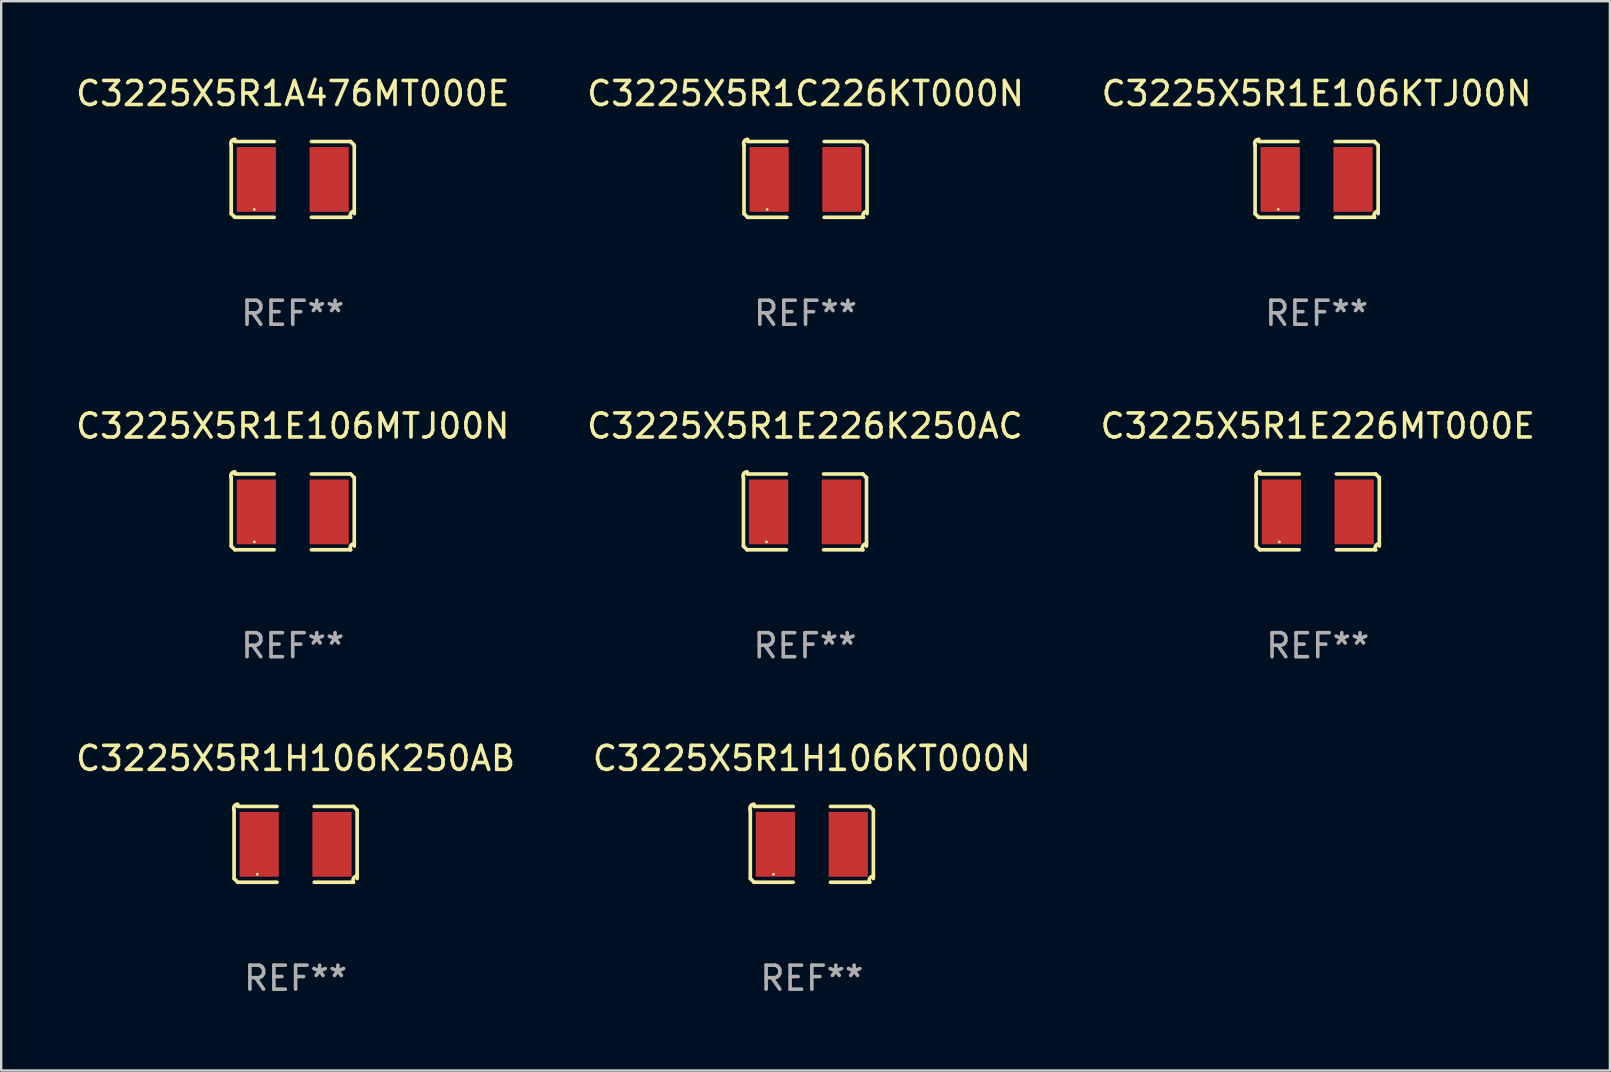
<source format=kicad_pcb>
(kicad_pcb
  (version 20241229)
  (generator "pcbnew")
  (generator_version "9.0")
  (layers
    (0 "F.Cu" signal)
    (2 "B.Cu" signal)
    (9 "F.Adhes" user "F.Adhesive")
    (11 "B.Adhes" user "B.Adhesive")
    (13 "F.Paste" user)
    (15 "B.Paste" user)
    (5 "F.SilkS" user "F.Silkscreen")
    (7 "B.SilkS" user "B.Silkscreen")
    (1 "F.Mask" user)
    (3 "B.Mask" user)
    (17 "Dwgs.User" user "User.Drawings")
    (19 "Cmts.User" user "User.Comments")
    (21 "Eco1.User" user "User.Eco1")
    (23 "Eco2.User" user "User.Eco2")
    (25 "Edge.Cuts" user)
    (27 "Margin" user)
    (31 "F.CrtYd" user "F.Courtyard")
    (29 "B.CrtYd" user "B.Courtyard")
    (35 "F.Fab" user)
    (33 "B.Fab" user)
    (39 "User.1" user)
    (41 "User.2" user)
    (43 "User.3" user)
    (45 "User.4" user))
  (footprint "C3225X5R1E106MTJ00N"
    (layer "F.Cu")
    (at 9.149 18.281)
    (property "Reference" "C3225X5R1E106MTJ00N" (at 0 -3.579 0) (layer "F.SilkS") (effects (font (size 1 1) (thickness 0.15))))
    (attr through_hole)
    (fp_line (start -2.564 1.426) (end -2.564 -1.426) (stroke (width 0.152) (type solid)) (layer "F.SilkS"))
    (fp_line (start -2.411 -1.579) (end -0.776 -1.579) (stroke (width 0.152) (type solid)) (layer "F.SilkS"))
    (fp_line (start -0.776 1.579) (end -2.411 1.579) (stroke (width 0.152) (type solid)) (layer "F.SilkS"))
    (fp_line (start 0.776 1.579) (end 2.411 1.579) (stroke (width 0.152) (type solid)) (layer "F.SilkS"))
    (fp_line (start 2.411 -1.579) (end 0.776 -1.579) (stroke (width 0.152) (type solid)) (layer "F.SilkS"))
    (fp_line (start 2.564 1.426) (end 2.564 -1.426) (stroke (width 0.152) (type solid)) (layer "F.SilkS"))
    (fp_arc (start -2.563602 -1.426213) (mid -2.555597 -1.591233) (end -2.411201 -1.671518) (stroke (width 0.1524) (type solid)) (layer "F.SilkS"))
    (fp_arc (start -2.5636 1.426214) (mid -2.487389 1.502402) (end -2.411201 1.578613) (stroke (width 0.1524) (type solid)) (layer "F.SilkS"))
    (fp_arc (start 2.411197 -1.578618) (mid 2.487403 -1.502419) (end 2.563602 -1.426213) (stroke (width 0.1524) (type solid)) (layer "F.SilkS"))
    (fp_arc (start 2.411201 1.578613) (mid 2.416214 1.409455) (end 2.563602 1.32629) (stroke (width 0.1524) (type solid)) (layer "F.SilkS"))
    (fp_circle (center -1.6 1.25) (end -1.57 1.25) (stroke (width 0.06) (type solid)) (fill no) (layer "F.SilkS"))
    (fp_text user "REF**" (at 0 5.579 0) (layer "F.Fab") (effects (font (size 1 1) (thickness 0.15))))
    (pad "1" smd rect (at -1.517 0) (size 1.635 2.7) (layers "F.Cu" "F.Mask" "F.Paste"))
    (pad "2" smd rect (at 1.517 0) (size 1.635 2.7) (layers "F.Cu" "F.Mask" "F.Paste")))
  (footprint "C3225X5R1E226MT000E"
    (layer "F.Cu")
    (at 51.863 18.281)
    (property "Reference" "C3225X5R1E226MT000E" (at 0 -3.579 0) (layer "F.SilkS") (effects (font (size 1 1) (thickness 0.15))))
    (attr through_hole)
    (fp_line (start -2.564 1.426) (end -2.564 -1.426) (stroke (width 0.152) (type solid)) (layer "F.SilkS"))
    (fp_line (start -2.411 -1.579) (end -0.776 -1.579) (stroke (width 0.152) (type solid)) (layer "F.SilkS"))
    (fp_line (start -0.776 1.579) (end -2.411 1.579) (stroke (width 0.152) (type solid)) (layer "F.SilkS"))
    (fp_line (start 0.776 1.579) (end 2.411 1.579) (stroke (width 0.152) (type solid)) (layer "F.SilkS"))
    (fp_line (start 2.411 -1.579) (end 0.776 -1.579) (stroke (width 0.152) (type solid)) (layer "F.SilkS"))
    (fp_line (start 2.564 1.426) (end 2.564 -1.426) (stroke (width 0.152) (type solid)) (layer "F.SilkS"))
    (fp_arc (start -2.563602 -1.426213) (mid -2.555597 -1.591233) (end -2.411201 -1.671518) (stroke (width 0.1524) (type solid)) (layer "F.SilkS"))
    (fp_arc (start -2.5636 1.426214) (mid -2.487389 1.502402) (end -2.411201 1.578613) (stroke (width 0.1524) (type solid)) (layer "F.SilkS"))
    (fp_arc (start 2.411197 -1.578618) (mid 2.487403 -1.502419) (end 2.563602 -1.426213) (stroke (width 0.1524) (type solid)) (layer "F.SilkS"))
    (fp_arc (start 2.411201 1.578613) (mid 2.416214 1.409455) (end 2.563602 1.32629) (stroke (width 0.1524) (type solid)) (layer "F.SilkS"))
    (fp_circle (center -1.6 1.25) (end -1.57 1.25) (stroke (width 0.06) (type solid)) (fill no) (layer "F.SilkS"))
    (fp_text user "REF**" (at 0 5.579 0) (layer "F.Fab") (effects (font (size 1 1) (thickness 0.15))))
    (pad "1" smd rect (at -1.517 0) (size 1.635 2.7) (layers "F.Cu" "F.Mask" "F.Paste"))
    (pad "2" smd rect (at 1.517 0) (size 1.635 2.7) (layers "F.Cu" "F.Mask" "F.Paste")))
  (footprint "C3225X5R1H106KT000N"
    (layer "F.Cu")
    (at 30.78 32.134)
    (property "Reference" "C3225X5R1H106KT000N" (at 0 -3.579 0) (layer "F.SilkS") (effects (font (size 1 1) (thickness 0.15))))
    (attr through_hole)
    (fp_line (start -2.564 1.426) (end -2.564 -1.426) (stroke (width 0.152) (type solid)) (layer "F.SilkS"))
    (fp_line (start -2.411 -1.579) (end -0.776 -1.579) (stroke (width 0.152) (type solid)) (layer "F.SilkS"))
    (fp_line (start -0.776 1.579) (end -2.411 1.579) (stroke (width 0.152) (type solid)) (layer "F.SilkS"))
    (fp_line (start 0.776 1.579) (end 2.411 1.579) (stroke (width 0.152) (type solid)) (layer "F.SilkS"))
    (fp_line (start 2.411 -1.579) (end 0.776 -1.579) (stroke (width 0.152) (type solid)) (layer "F.SilkS"))
    (fp_line (start 2.564 1.426) (end 2.564 -1.426) (stroke (width 0.152) (type solid)) (layer "F.SilkS"))
    (fp_arc (start -2.563602 -1.426213) (mid -2.555597 -1.591233) (end -2.411201 -1.671518) (stroke (width 0.1524) (type solid)) (layer "F.SilkS"))
    (fp_arc (start -2.5636 1.426214) (mid -2.487389 1.502402) (end -2.411201 1.578613) (stroke (width 0.1524) (type solid)) (layer "F.SilkS"))
    (fp_arc (start 2.411197 -1.578618) (mid 2.487403 -1.502419) (end 2.563602 -1.426213) (stroke (width 0.1524) (type solid)) (layer "F.SilkS"))
    (fp_arc (start 2.411201 1.578613) (mid 2.416214 1.409455) (end 2.563602 1.32629) (stroke (width 0.1524) (type solid)) (layer "F.SilkS"))
    (fp_circle (center -1.6 1.25) (end -1.57 1.25) (stroke (width 0.06) (type solid)) (fill no) (layer "F.SilkS"))
    (fp_text user "REF**" (at 0 5.579 0) (layer "F.Fab") (effects (font (size 1 1) (thickness 0.15))))
    (pad "1" smd rect (at -1.517 0) (size 1.635 2.7) (layers "F.Cu" "F.Mask" "F.Paste"))
    (pad "2" smd rect (at 1.517 0) (size 1.635 2.7) (layers "F.Cu" "F.Mask" "F.Paste")))
  (footprint "C3225X5R1E106KTJ00N"
    (layer "F.Cu")
    (at 51.815 4.427)
    (property "Reference" "C3225X5R1E106KTJ00N" (at 0 -3.579 0) (layer "F.SilkS") (effects (font (size 1 1) (thickness 0.15))))
    (attr through_hole)
    (fp_line (start -2.564 1.426) (end -2.564 -1.426) (stroke (width 0.152) (type solid)) (layer "F.SilkS"))
    (fp_line (start -2.411 -1.579) (end -0.776 -1.579) (stroke (width 0.152) (type solid)) (layer "F.SilkS"))
    (fp_line (start -0.776 1.579) (end -2.411 1.579) (stroke (width 0.152) (type solid)) (layer "F.SilkS"))
    (fp_line (start 0.776 1.579) (end 2.411 1.579) (stroke (width 0.152) (type solid)) (layer "F.SilkS"))
    (fp_line (start 2.411 -1.579) (end 0.776 -1.579) (stroke (width 0.152) (type solid)) (layer "F.SilkS"))
    (fp_line (start 2.564 1.426) (end 2.564 -1.426) (stroke (width 0.152) (type solid)) (layer "F.SilkS"))
    (fp_arc (start -2.563602 -1.426213) (mid -2.555597 -1.591233) (end -2.411201 -1.671518) (stroke (width 0.1524) (type solid)) (layer "F.SilkS"))
    (fp_arc (start -2.5636 1.426214) (mid -2.487389 1.502402) (end -2.411201 1.578613) (stroke (width 0.1524) (type solid)) (layer "F.SilkS"))
    (fp_arc (start 2.411197 -1.578618) (mid 2.487403 -1.502419) (end 2.563602 -1.426213) (stroke (width 0.1524) (type solid)) (layer "F.SilkS"))
    (fp_arc (start 2.411201 1.578613) (mid 2.416214 1.409455) (end 2.563602 1.32629) (stroke (width 0.1524) (type solid)) (layer "F.SilkS"))
    (fp_circle (center -1.6 1.25) (end -1.57 1.25) (stroke (width 0.06) (type solid)) (fill no) (layer "F.SilkS"))
    (fp_text user "REF**" (at 0 5.579 0) (layer "F.Fab") (effects (font (size 1 1) (thickness 0.15))))
    (pad "1" smd rect (at -1.517 0) (size 1.635 2.7) (layers "F.Cu" "F.Mask" "F.Paste"))
    (pad "2" smd rect (at 1.517 0) (size 1.635 2.7) (layers "F.Cu" "F.Mask" "F.Paste")))
  (footprint "C3225X5R1C226KT000N"
    (layer "F.Cu")
    (at 30.518 4.427)
    (property "Reference" "C3225X5R1C226KT000N" (at 0 -3.579 0) (layer "F.SilkS") (effects (font (size 1 1) (thickness 0.15))))
    (attr through_hole)
    (fp_line (start -2.564 1.426) (end -2.564 -1.426) (stroke (width 0.152) (type solid)) (layer "F.SilkS"))
    (fp_line (start -2.411 -1.579) (end -0.776 -1.579) (stroke (width 0.152) (type solid)) (layer "F.SilkS"))
    (fp_line (start -0.776 1.579) (end -2.411 1.579) (stroke (width 0.152) (type solid)) (layer "F.SilkS"))
    (fp_line (start 0.776 1.579) (end 2.411 1.579) (stroke (width 0.152) (type solid)) (layer "F.SilkS"))
    (fp_line (start 2.411 -1.579) (end 0.776 -1.579) (stroke (width 0.152) (type solid)) (layer "F.SilkS"))
    (fp_line (start 2.564 1.426) (end 2.564 -1.426) (stroke (width 0.152) (type solid)) (layer "F.SilkS"))
    (fp_arc (start -2.563602 -1.426213) (mid -2.555597 -1.591233) (end -2.411201 -1.671518) (stroke (width 0.1524) (type solid)) (layer "F.SilkS"))
    (fp_arc (start -2.5636 1.426214) (mid -2.487389 1.502402) (end -2.411201 1.578613) (stroke (width 0.1524) (type solid)) (layer "F.SilkS"))
    (fp_arc (start 2.411197 -1.578618) (mid 2.487403 -1.502419) (end 2.563602 -1.426213) (stroke (width 0.1524) (type solid)) (layer "F.SilkS"))
    (fp_arc (start 2.411201 1.578613) (mid 2.416214 1.409455) (end 2.563602 1.32629) (stroke (width 0.1524) (type solid)) (layer "F.SilkS"))
    (fp_circle (center -1.6 1.25) (end -1.57 1.25) (stroke (width 0.06) (type solid)) (fill no) (layer "F.SilkS"))
    (fp_text user "REF**" (at 0 5.579 0) (layer "F.Fab") (effects (font (size 1 1) (thickness 0.15))))
    (pad "1" smd rect (at -1.517 0) (size 1.635 2.7) (layers "F.Cu" "F.Mask" "F.Paste"))
    (pad "2" smd rect (at 1.517 0) (size 1.635 2.7) (layers "F.Cu" "F.Mask" "F.Paste")))
  (footprint "C3225X5R1E226K250AC"
    (layer "F.Cu")
    (at 30.494 18.281)
    (property "Reference" "C3225X5R1E226K250AC" (at 0 -3.579 0) (layer "F.SilkS") (effects (font (size 1 1) (thickness 0.15))))
    (attr through_hole)
    (fp_line (start -2.564 1.426) (end -2.564 -1.426) (stroke (width 0.152) (type solid)) (layer "F.SilkS"))
    (fp_line (start -2.411 -1.579) (end -0.776 -1.579) (stroke (width 0.152) (type solid)) (layer "F.SilkS"))
    (fp_line (start -0.776 1.579) (end -2.411 1.579) (stroke (width 0.152) (type solid)) (layer "F.SilkS"))
    (fp_line (start 0.776 1.579) (end 2.411 1.579) (stroke (width 0.152) (type solid)) (layer "F.SilkS"))
    (fp_line (start 2.411 -1.579) (end 0.776 -1.579) (stroke (width 0.152) (type solid)) (layer "F.SilkS"))
    (fp_line (start 2.564 1.426) (end 2.564 -1.426) (stroke (width 0.152) (type solid)) (layer "F.SilkS"))
    (fp_arc (start -2.563602 -1.426213) (mid -2.555597 -1.591233) (end -2.411201 -1.671518) (stroke (width 0.1524) (type solid)) (layer "F.SilkS"))
    (fp_arc (start -2.5636 1.426214) (mid -2.487389 1.502402) (end -2.411201 1.578613) (stroke (width 0.1524) (type solid)) (layer "F.SilkS"))
    (fp_arc (start 2.411197 -1.578618) (mid 2.487403 -1.502419) (end 2.563602 -1.426213) (stroke (width 0.1524) (type solid)) (layer "F.SilkS"))
    (fp_arc (start 2.411201 1.578613) (mid 2.416214 1.409455) (end 2.563602 1.32629) (stroke (width 0.1524) (type solid)) (layer "F.SilkS"))
    (fp_circle (center -1.6 1.25) (end -1.57 1.25) (stroke (width 0.06) (type solid)) (fill no) (layer "F.SilkS"))
    (fp_text user "REF**" (at 0 5.579 0) (layer "F.Fab") (effects (font (size 1 1) (thickness 0.15))))
    (pad "1" smd rect (at -1.517 0) (size 1.635 2.7) (layers "F.Cu" "F.Mask" "F.Paste"))
    (pad "2" smd rect (at 1.517 0) (size 1.635 2.7) (layers "F.Cu" "F.Mask" "F.Paste")))
  (footprint "C3225X5R1A476MT000E"
    (layer "F.Cu")
    (at 9.149 4.427)
    (property "Reference" "C3225X5R1A476MT000E" (at 0 -3.579 0) (layer "F.SilkS") (effects (font (size 1 1) (thickness 0.15))))
    (attr through_hole)
    (fp_line (start -2.564 1.426) (end -2.564 -1.426) (stroke (width 0.152) (type solid)) (layer "F.SilkS"))
    (fp_line (start -2.411 -1.579) (end -0.776 -1.579) (stroke (width 0.152) (type solid)) (layer "F.SilkS"))
    (fp_line (start -0.776 1.579) (end -2.411 1.579) (stroke (width 0.152) (type solid)) (layer "F.SilkS"))
    (fp_line (start 0.776 1.579) (end 2.411 1.579) (stroke (width 0.152) (type solid)) (layer "F.SilkS"))
    (fp_line (start 2.411 -1.579) (end 0.776 -1.579) (stroke (width 0.152) (type solid)) (layer "F.SilkS"))
    (fp_line (start 2.564 1.426) (end 2.564 -1.426) (stroke (width 0.152) (type solid)) (layer "F.SilkS"))
    (fp_arc (start -2.563602 -1.426213) (mid -2.555597 -1.591233) (end -2.411201 -1.671518) (stroke (width 0.1524) (type solid)) (layer "F.SilkS"))
    (fp_arc (start -2.5636 1.426214) (mid -2.487389 1.502402) (end -2.411201 1.578613) (stroke (width 0.1524) (type solid)) (layer "F.SilkS"))
    (fp_arc (start 2.411197 -1.578618) (mid 2.487403 -1.502419) (end 2.563602 -1.426213) (stroke (width 0.1524) (type solid)) (layer "F.SilkS"))
    (fp_arc (start 2.411201 1.578613) (mid 2.416214 1.409455) (end 2.563602 1.32629) (stroke (width 0.1524) (type solid)) (layer "F.SilkS"))
    (fp_circle (center -1.6 1.25) (end -1.57 1.25) (stroke (width 0.06) (type solid)) (fill no) (layer "F.SilkS"))
    (fp_text user "REF**" (at 0 5.579 0) (layer "F.Fab") (effects (font (size 1 1) (thickness 0.15))))
    (pad "1" smd rect (at -1.517 0) (size 1.635 2.7) (layers "F.Cu" "F.Mask" "F.Paste"))
    (pad "2" smd rect (at 1.517 0) (size 1.635 2.7) (layers "F.Cu" "F.Mask" "F.Paste")))
  (footprint "C3225X5R1H106K250AB"
    (layer "F.Cu")
    (at 9.268 32.134)
    (property "Reference" "C3225X5R1H106K250AB" (at 0 -3.579 0) (layer "F.SilkS") (effects (font (size 1 1) (thickness 0.15))))
    (attr through_hole)
    (fp_line (start -2.564 1.426) (end -2.564 -1.426) (stroke (width 0.152) (type solid)) (layer "F.SilkS"))
    (fp_line (start -2.411 -1.579) (end -0.776 -1.579) (stroke (width 0.152) (type solid)) (layer "F.SilkS"))
    (fp_line (start -0.776 1.579) (end -2.411 1.579) (stroke (width 0.152) (type solid)) (layer "F.SilkS"))
    (fp_line (start 0.776 1.579) (end 2.411 1.579) (stroke (width 0.152) (type solid)) (layer "F.SilkS"))
    (fp_line (start 2.411 -1.579) (end 0.776 -1.579) (stroke (width 0.152) (type solid)) (layer "F.SilkS"))
    (fp_line (start 2.564 1.426) (end 2.564 -1.426) (stroke (width 0.152) (type solid)) (layer "F.SilkS"))
    (fp_arc (start -2.563602 -1.426213) (mid -2.555597 -1.591233) (end -2.411201 -1.671518) (stroke (width 0.1524) (type solid)) (layer "F.SilkS"))
    (fp_arc (start -2.5636 1.426214) (mid -2.487389 1.502402) (end -2.411201 1.578613) (stroke (width 0.1524) (type solid)) (layer "F.SilkS"))
    (fp_arc (start 2.411197 -1.578618) (mid 2.487403 -1.502419) (end 2.563602 -1.426213) (stroke (width 0.1524) (type solid)) (layer "F.SilkS"))
    (fp_arc (start 2.411201 1.578613) (mid 2.416214 1.409455) (end 2.563602 1.32629) (stroke (width 0.1524) (type solid)) (layer "F.SilkS"))
    (fp_circle (center -1.6 1.25) (end -1.57 1.25) (stroke (width 0.06) (type solid)) (fill no) (layer "F.SilkS"))
    (fp_text user "REF**" (at 0 5.579 0) (layer "F.Fab") (effects (font (size 1 1) (thickness 0.15))))
    (pad "1" smd rect (at -1.517 0) (size 1.635 2.7) (layers "F.Cu" "F.Mask" "F.Paste"))
    (pad "2" smd rect (at 1.517 0) (size 1.635 2.7) (layers "F.Cu" "F.Mask" "F.Paste")))
  (gr_rect
    (start -3 -3)
    (end 64.036 41.561)
    (stroke (width 0.1) (type default))
    (fill no)
    (layer "Edge.Cuts")))
</source>
